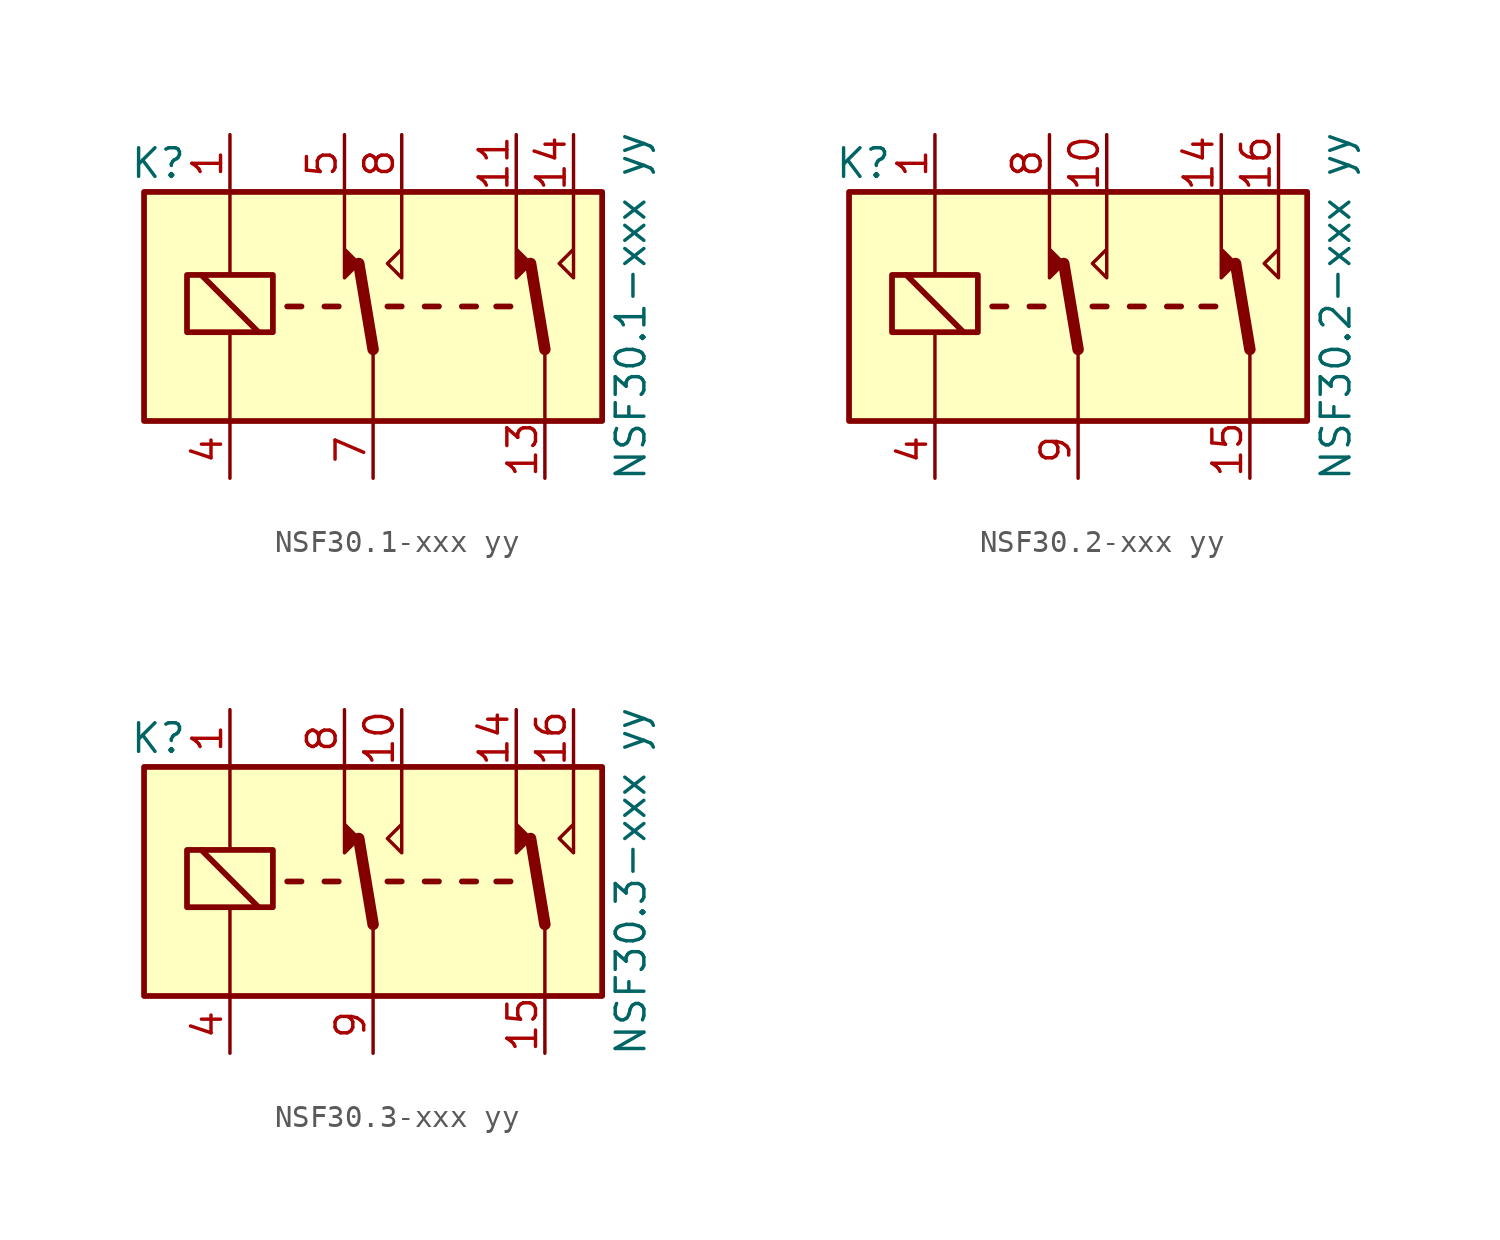
<source format=kicad_sym>
(kicad_symbol_lib
  (version 20211014)
  (generator kicad_symbol_editor)
  (symbol "NSF30.1-xxx yy"
    (property "Reference" "K"
      (at -9.525 6.35 0)
      (effects (font (size 1.27 1.27))))
    (property "Value" "NSF30.1-xxx yy"
      (at 11.43 0 90)
      (effects (font (size 1.27 1.27))))
    (symbol "NSF30.1-xxx yy_1_1"
      (rectangle (start -10.16 5.08) (end 10.16 -5.08) (stroke (width 0.254) (type default) (color 0 0 0 0)) (fill (type background)))
      (rectangle (start -8.255 -1.143) (end -4.445 1.397) (stroke (width 0.254) (type default) (color 0 0 0 0)) (fill (type none)))
      (polyline (pts (xy -6.35 -1.27) (xy -6.35 -4.953)) (stroke (width 0) (type default) (color 0 0 0 0)) (fill (type none)))
      (polyline (pts (xy -6.35 5.08) (xy -6.35 1.397)) (stroke (width 0) (type default) (color 0 0 0 0)) (fill (type none)))
      (polyline (pts (xy -5.08 -1.143) (xy -7.62 1.397)) (stroke (width 0.254) (type default) (color 0 0 0 0)) (fill (type none)))
      (polyline (pts (xy -3.175 0) (xy -3.81 0)) (stroke (width 0.254) (type default) (color 0 0 0 0)) (fill (type none)))
      (polyline (pts (xy -1.524 0) (xy -2.159 0)) (stroke (width 0.254) (type default) (color 0 0 0 0)) (fill (type none)))
      (polyline (pts (xy 0 -1.905) (xy -0.635 1.905)) (stroke (width 0.508) (type default) (color 0 0 0 0)) (fill (type none)))
      (polyline (pts (xy 0 -1.905) (xy 0 -5.08)) (stroke (width 0) (type default) (color 0 0 0 0)) (fill (type none)))
      (polyline (pts (xy 1.27 0) (xy 0.635 0)) (stroke (width 0.254) (type default) (color 0 0 0 0)) (fill (type none)))
      (polyline (pts (xy 2.921 0) (xy 2.286 0)) (stroke (width 0.254) (type default) (color 0 0 0 0)) (fill (type none)))
      (polyline (pts (xy 4.572 0) (xy 3.937 0)) (stroke (width 0.254) (type default) (color 0 0 0 0)) (fill (type none)))
      (polyline (pts (xy 6.096 0) (xy 5.461 0)) (stroke (width 0.254) (type default) (color 0 0 0 0)) (fill (type none)))
      (polyline (pts (xy 7.62 -1.905) (xy 6.985 1.905)) (stroke (width 0.508) (type default) (color 0 0 0 0)) (fill (type none)))
      (polyline (pts (xy 7.62 -1.905) (xy 7.62 -5.08)) (stroke (width 0) (type default) (color 0 0 0 0)) (fill (type none)))
      (polyline (pts (xy -1.27 5.08) (xy -1.27 1.27) (xy -0.635 1.905) (xy -1.27 2.54)) (stroke (width 0) (type default) (color 0 0 0 0)) (fill (type outline)))
      (polyline (pts (xy 1.27 5.08) (xy 1.27 1.27) (xy 0.635 1.905) (xy 1.27 2.54)) (stroke (width 0) (type default) (color 0 0 0 0)) (fill (type none)))
      (polyline (pts (xy 6.35 5.08) (xy 6.35 1.27) (xy 6.985 1.905) (xy 6.35 2.54)) (stroke (width 0) (type default) (color 0 0 0 0)) (fill (type outline)))
      (polyline (pts (xy 8.89 5.08) (xy 8.89 1.27) (xy 8.255 1.905) (xy 8.89 2.54)) (stroke (width 0) (type default) (color 0 0 0 0)) (fill (type none)))
      (pin passive line (at -6.35 7.62 270) (length 2.54) (name "~" (effects (font (size 1.27 1.27)))) (number "1" (effects (font (size 1.27 1.27)))))
      (pin passive line (at 6.35 7.62 270) (length 2.54) (name "~" (effects (font (size 1.27 1.27)))) (number "11" (effects (font (size 1.27 1.27)))))
      (pin passive line (at 7.62 -7.62 90) (length 2.54) (name "~" (effects (font (size 1.27 1.27)))) (number "13" (effects (font (size 1.27 1.27)))))
      (pin passive line (at 8.89 7.62 270) (length 2.54) (name "~" (effects (font (size 1.27 1.27)))) (number "14" (effects (font (size 1.27 1.27)))))
      (pin passive line (at -6.35 -7.62 90) (length 2.54) (name "~" (effects (font (size 1.27 1.27)))) (number "4" (effects (font (size 1.27 1.27)))))
      (pin passive line (at -1.27 7.62 270) (length 2.54) (name "~" (effects (font (size 1.27 1.27)))) (number "5" (effects (font (size 1.27 1.27)))))
      (pin passive line (at 0 -7.62 90) (length 2.54) (name "~" (effects (font (size 1.27 1.27)))) (number "7" (effects (font (size 1.27 1.27)))))
      (pin passive line (at 1.27 7.62 270) (length 2.54) (name "~" (effects (font (size 1.27 1.27)))) (number "8" (effects (font (size 1.27 1.27)))))))
  (symbol "NSF30.2-xxx yy"
    (property "Reference" "K"
      (at -9.525 6.35 0)
      (effects (font (size 1.27 1.27))))
    (property "Value" "NSF30.2-xxx yy"
      (at 11.43 0 90)
      (effects (font (size 1.27 1.27))))
    (symbol "NSF30.2-xxx yy_1_1"
      (rectangle (start -10.16 5.08) (end 10.16 -5.08) (stroke (width 0.254) (type default) (color 0 0 0 0)) (fill (type background)))
      (rectangle (start -8.255 -1.143) (end -4.445 1.397) (stroke (width 0.254) (type default) (color 0 0 0 0)) (fill (type none)))
      (polyline (pts (xy -6.35 -1.27) (xy -6.35 -4.953)) (stroke (width 0) (type default) (color 0 0 0 0)) (fill (type none)))
      (polyline (pts (xy -6.35 5.08) (xy -6.35 1.397)) (stroke (width 0) (type default) (color 0 0 0 0)) (fill (type none)))
      (polyline (pts (xy -5.08 -1.143) (xy -7.62 1.397)) (stroke (width 0.254) (type default) (color 0 0 0 0)) (fill (type none)))
      (polyline (pts (xy -3.175 0) (xy -3.81 0)) (stroke (width 0.254) (type default) (color 0 0 0 0)) (fill (type none)))
      (polyline (pts (xy -1.524 0) (xy -2.159 0)) (stroke (width 0.254) (type default) (color 0 0 0 0)) (fill (type none)))
      (polyline (pts (xy 0 -1.905) (xy -0.635 1.905)) (stroke (width 0.508) (type default) (color 0 0 0 0)) (fill (type none)))
      (polyline (pts (xy 0 -1.905) (xy 0 -5.08)) (stroke (width 0) (type default) (color 0 0 0 0)) (fill (type none)))
      (polyline (pts (xy 1.27 0) (xy 0.635 0)) (stroke (width 0.254) (type default) (color 0 0 0 0)) (fill (type none)))
      (polyline (pts (xy 2.921 0) (xy 2.286 0)) (stroke (width 0.254) (type default) (color 0 0 0 0)) (fill (type none)))
      (polyline (pts (xy 4.572 0) (xy 3.937 0)) (stroke (width 0.254) (type default) (color 0 0 0 0)) (fill (type none)))
      (polyline (pts (xy 6.096 0) (xy 5.461 0)) (stroke (width 0.254) (type default) (color 0 0 0 0)) (fill (type none)))
      (polyline (pts (xy 7.62 -1.905) (xy 6.985 1.905)) (stroke (width 0.508) (type default) (color 0 0 0 0)) (fill (type none)))
      (polyline (pts (xy 7.62 -1.905) (xy 7.62 -5.08)) (stroke (width 0) (type default) (color 0 0 0 0)) (fill (type none)))
      (polyline (pts (xy -1.27 5.08) (xy -1.27 1.27) (xy -0.635 1.905) (xy -1.27 2.54)) (stroke (width 0) (type default) (color 0 0 0 0)) (fill (type outline)))
      (polyline (pts (xy 1.27 5.08) (xy 1.27 1.27) (xy 0.635 1.905) (xy 1.27 2.54)) (stroke (width 0) (type default) (color 0 0 0 0)) (fill (type none)))
      (polyline (pts (xy 6.35 5.08) (xy 6.35 1.27) (xy 6.985 1.905) (xy 6.35 2.54)) (stroke (width 0) (type default) (color 0 0 0 0)) (fill (type outline)))
      (polyline (pts (xy 8.89 5.08) (xy 8.89 1.27) (xy 8.255 1.905) (xy 8.89 2.54)) (stroke (width 0) (type default) (color 0 0 0 0)) (fill (type none)))
      (pin passive line (at -6.35 7.62 270) (length 2.54) (name "~" (effects (font (size 1.27 1.27)))) (number "1" (effects (font (size 1.27 1.27)))))
      (pin passive line (at 1.27 7.62 270) (length 2.54) (name "~" (effects (font (size 1.27 1.27)))) (number "10" (effects (font (size 1.27 1.27)))))
      (pin passive line (at 6.35 7.62 270) (length 2.54) (name "~" (effects (font (size 1.27 1.27)))) (number "14" (effects (font (size 1.27 1.27)))))
      (pin passive line (at 7.62 -7.62 90) (length 2.54) (name "~" (effects (font (size 1.27 1.27)))) (number "15" (effects (font (size 1.27 1.27)))))
      (pin passive line (at 8.89 7.62 270) (length 2.54) (name "~" (effects (font (size 1.27 1.27)))) (number "16" (effects (font (size 1.27 1.27)))))
      (pin passive line (at -6.35 -7.62 90) (length 2.54) (name "~" (effects (font (size 1.27 1.27)))) (number "4" (effects (font (size 1.27 1.27)))))
      (pin passive line (at -1.27 7.62 270) (length 2.54) (name "~" (effects (font (size 1.27 1.27)))) (number "8" (effects (font (size 1.27 1.27)))))
      (pin passive line (at 0 -7.62 90) (length 2.54) (name "~" (effects (font (size 1.27 1.27)))) (number "9" (effects (font (size 1.27 1.27)))))))
  (symbol "NSF30.3-xxx yy"
    (property "Reference" "K"
      (at -9.525 6.35 0)
      (effects (font (size 1.27 1.27))))
    (property "Value" "NSF30.3-xxx yy"
      (at 11.43 0 90)
      (effects (font (size 1.27 1.27))))
    (symbol "NSF30.3-xxx yy_1_1"
      (rectangle (start -10.16 5.08) (end 10.16 -5.08) (stroke (width 0.254) (type default) (color 0 0 0 0)) (fill (type background)))
      (rectangle (start -8.255 -1.143) (end -4.445 1.397) (stroke (width 0.254) (type default) (color 0 0 0 0)) (fill (type none)))
      (polyline (pts (xy -6.35 -1.27) (xy -6.35 -4.953)) (stroke (width 0) (type default) (color 0 0 0 0)) (fill (type none)))
      (polyline (pts (xy -6.35 5.08) (xy -6.35 1.397)) (stroke (width 0) (type default) (color 0 0 0 0)) (fill (type none)))
      (polyline (pts (xy -5.08 -1.143) (xy -7.62 1.397)) (stroke (width 0.254) (type default) (color 0 0 0 0)) (fill (type none)))
      (polyline (pts (xy -3.175 0) (xy -3.81 0)) (stroke (width 0.254) (type default) (color 0 0 0 0)) (fill (type none)))
      (polyline (pts (xy -1.524 0) (xy -2.159 0)) (stroke (width 0.254) (type default) (color 0 0 0 0)) (fill (type none)))
      (polyline (pts (xy 0 -1.905) (xy -0.635 1.905)) (stroke (width 0.508) (type default) (color 0 0 0 0)) (fill (type none)))
      (polyline (pts (xy 0 -1.905) (xy 0 -5.08)) (stroke (width 0) (type default) (color 0 0 0 0)) (fill (type none)))
      (polyline (pts (xy 1.27 0) (xy 0.635 0)) (stroke (width 0.254) (type default) (color 0 0 0 0)) (fill (type none)))
      (polyline (pts (xy 2.921 0) (xy 2.286 0)) (stroke (width 0.254) (type default) (color 0 0 0 0)) (fill (type none)))
      (polyline (pts (xy 4.572 0) (xy 3.937 0)) (stroke (width 0.254) (type default) (color 0 0 0 0)) (fill (type none)))
      (polyline (pts (xy 6.096 0) (xy 5.461 0)) (stroke (width 0.254) (type default) (color 0 0 0 0)) (fill (type none)))
      (polyline (pts (xy 7.62 -1.905) (xy 6.985 1.905)) (stroke (width 0.508) (type default) (color 0 0 0 0)) (fill (type none)))
      (polyline (pts (xy 7.62 -1.905) (xy 7.62 -5.08)) (stroke (width 0) (type default) (color 0 0 0 0)) (fill (type none)))
      (polyline (pts (xy -1.27 5.08) (xy -1.27 1.27) (xy -0.635 1.905) (xy -1.27 2.54)) (stroke (width 0) (type default) (color 0 0 0 0)) (fill (type outline)))
      (polyline (pts (xy 1.27 5.08) (xy 1.27 1.27) (xy 0.635 1.905) (xy 1.27 2.54)) (stroke (width 0) (type default) (color 0 0 0 0)) (fill (type none)))
      (polyline (pts (xy 6.35 5.08) (xy 6.35 1.27) (xy 6.985 1.905) (xy 6.35 2.54)) (stroke (width 0) (type default) (color 0 0 0 0)) (fill (type outline)))
      (polyline (pts (xy 8.89 5.08) (xy 8.89 1.27) (xy 8.255 1.905) (xy 8.89 2.54)) (stroke (width 0) (type default) (color 0 0 0 0)) (fill (type none)))
      (pin passive line (at -6.35 7.62 270) (length 2.54) (name "~" (effects (font (size 1.27 1.27)))) (number "1" (effects (font (size 1.27 1.27)))))
      (pin passive line (at 1.27 7.62 270) (length 2.54) (name "~" (effects (font (size 1.27 1.27)))) (number "10" (effects (font (size 1.27 1.27)))))
      (pin passive line (at 6.35 7.62 270) (length 2.54) (name "~" (effects (font (size 1.27 1.27)))) (number "14" (effects (font (size 1.27 1.27)))))
      (pin passive line (at 7.62 -7.62 90) (length 2.54) (name "~" (effects (font (size 1.27 1.27)))) (number "15" (effects (font (size 1.27 1.27)))))
      (pin passive line (at 8.89 7.62 270) (length 2.54) (name "~" (effects (font (size 1.27 1.27)))) (number "16" (effects (font (size 1.27 1.27)))))
      (pin passive line (at -6.35 -7.62 90) (length 2.54) (name "~" (effects (font (size 1.27 1.27)))) (number "4" (effects (font (size 1.27 1.27)))))
      (pin passive line (at -1.27 7.62 270) (length 2.54) (name "~" (effects (font (size 1.27 1.27)))) (number "8" (effects (font (size 1.27 1.27)))))
      (pin passive line (at 0 -7.62 90) (length 2.54) (name "~" (effects (font (size 1.27 1.27)))) (number "9" (effects (font (size 1.27 1.27))))))))
</source>
